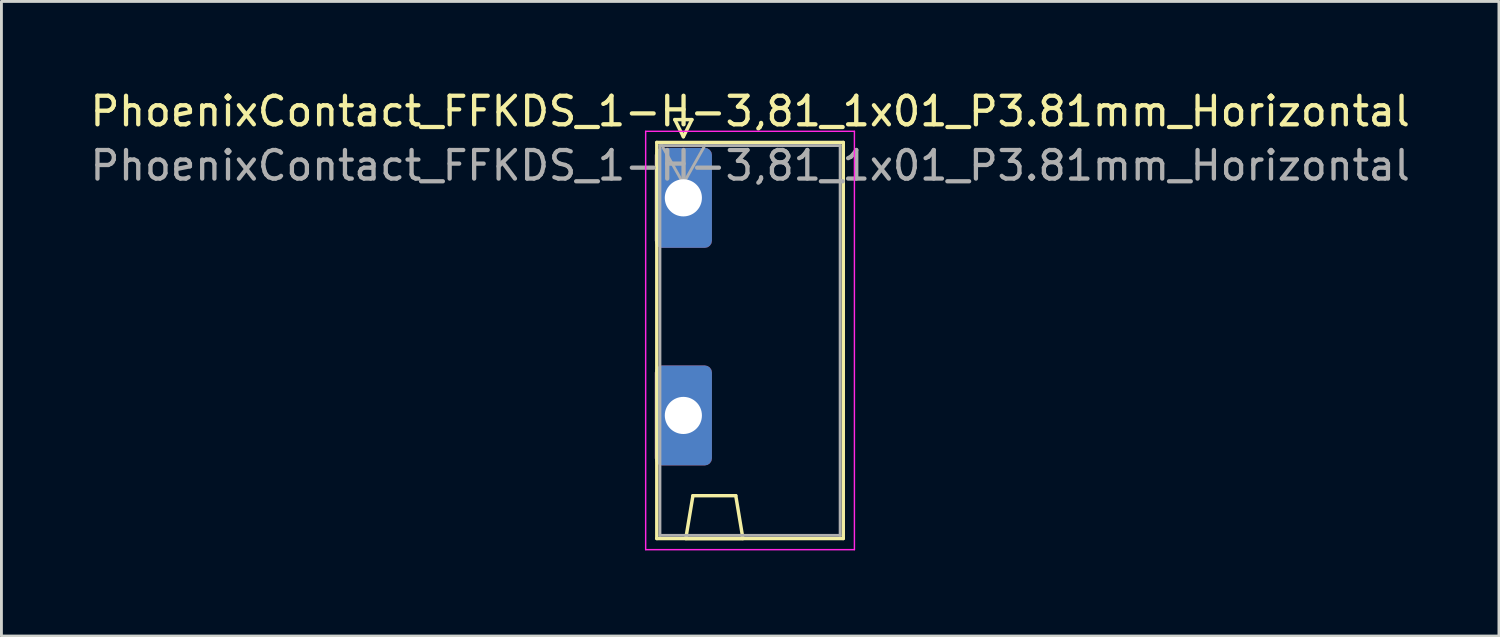
<source format=kicad_pcb>
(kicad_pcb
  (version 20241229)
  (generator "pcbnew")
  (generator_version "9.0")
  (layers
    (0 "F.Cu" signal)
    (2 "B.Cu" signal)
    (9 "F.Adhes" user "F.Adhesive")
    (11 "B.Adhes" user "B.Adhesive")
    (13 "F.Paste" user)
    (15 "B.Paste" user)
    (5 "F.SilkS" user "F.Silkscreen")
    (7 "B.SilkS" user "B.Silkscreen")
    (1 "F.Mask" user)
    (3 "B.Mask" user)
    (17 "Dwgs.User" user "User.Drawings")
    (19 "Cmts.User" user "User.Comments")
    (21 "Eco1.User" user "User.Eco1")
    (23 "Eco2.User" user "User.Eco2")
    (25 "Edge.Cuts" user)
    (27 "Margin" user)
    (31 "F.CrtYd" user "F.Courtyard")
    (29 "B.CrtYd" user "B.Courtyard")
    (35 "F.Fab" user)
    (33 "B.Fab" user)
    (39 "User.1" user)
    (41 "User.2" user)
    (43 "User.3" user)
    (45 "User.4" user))
  (footprint "PhoenixContact_FFKDS_1-H-3,81_1x01_P3.81mm_Horizontal"
    (layer "F.Cu")
    (at 20.88 3.878)
    (property "Reference" "PhoenixContact_FFKDS_1-H-3,81_1x01_P3.81mm_Horizontal" (at 2.34 -3.03 0) (layer "F.SilkS") (effects (font (size 1 1) (thickness 0.15))))
    (attr through_hole)
    (fp_line (start -0.93 -1.94) (end -0.93 11.93) (stroke (width 0.12) (type solid)) (layer "F.SilkS"))
    (fp_line (start -0.93 11.93) (end 5.6 11.93) (stroke (width 0.12) (type solid)) (layer "F.SilkS"))
    (fp_line (start -0.3 -2.74) (end 0.3 -2.74) (stroke (width 0.12) (type solid)) (layer "F.SilkS"))
    (fp_line (start 0 -2.14) (end -0.3 -2.74) (stroke (width 0.12) (type solid)) (layer "F.SilkS"))
    (fp_line (start 0.085 11.93) (end 2.085 11.93) (stroke (width 0.12) (type solid)) (layer "F.SilkS"))
    (fp_line (start 0.3 -2.74) (end 0 -2.14) (stroke (width 0.12) (type solid)) (layer "F.SilkS"))
    (fp_line (start 0.335 10.43) (end 0.085 11.93) (stroke (width 0.12) (type solid)) (layer "F.SilkS"))
    (fp_line (start 1.835 10.43) (end 0.335 10.43) (stroke (width 0.12) (type solid)) (layer "F.SilkS"))
    (fp_line (start 2.085 11.93) (end 1.835 10.43) (stroke (width 0.12) (type solid)) (layer "F.SilkS"))
    (fp_line (start 5.6 -1.94) (end -0.93 -1.94) (stroke (width 0.12) (type solid)) (layer "F.SilkS"))
    (fp_line (start 5.6 11.93) (end 5.6 -1.94) (stroke (width 0.12) (type solid)) (layer "F.SilkS"))
    (fp_line (start -1.32 -2.33) (end -1.32 12.32) (stroke (width 0.05) (type solid)) (layer "F.CrtYd"))
    (fp_line (start -1.32 12.32) (end 5.99 12.32) (stroke (width 0.05) (type solid)) (layer "F.CrtYd"))
    (fp_line (start 5.99 -2.33) (end -1.32 -2.33) (stroke (width 0.05) (type solid)) (layer "F.CrtYd"))
    (fp_line (start 5.99 12.32) (end 5.99 -2.33) (stroke (width 0.05) (type solid)) (layer "F.CrtYd"))
    (fp_line (start -0.82 -1.83) (end -0.82 11.82) (stroke (width 0.1) (type solid)) (layer "F.Fab"))
    (fp_line (start -0.82 11.82) (end 5.49 11.82) (stroke (width 0.1) (type solid)) (layer "F.Fab"))
    (fp_line (start 0 -0.5) (end -0.75 -1.83) (stroke (width 0.1) (type solid)) (layer "F.Fab"))
    (fp_line (start 0.75 -1.83) (end 0 -0.5) (stroke (width 0.1) (type solid)) (layer "F.Fab"))
    (fp_line (start 5.49 -1.83) (end -0.82 -1.83) (stroke (width 0.1) (type solid)) (layer "F.Fab"))
    (fp_line (start 5.49 11.82) (end 5.49 -1.83) (stroke (width 0.1) (type solid)) (layer "F.Fab"))
    (fp_text user "${REFERENCE}" (at 2.34 -1.13 0) (layer "F.Fab") (effects (font (size 1 1) (thickness 0.15))))
    (pad "1" thru_hole roundrect (at 0 0) (size 2 3.5) (drill 1.3) (layers "*.Cu" "*.Mask") (roundrect_rratio 0.125))
    (pad "1" thru_hole roundrect (at 0 7.62) (size 2 3.5) (drill 1.3) (layers "*.Cu" "*.Mask") (roundrect_rratio 0.125)))
  (gr_rect
    (start -3 -3)
    (end 49.44 19.223)
    (stroke (width 0.1) (type default))
    (fill no)
    (layer "Edge.Cuts")))
</source>
